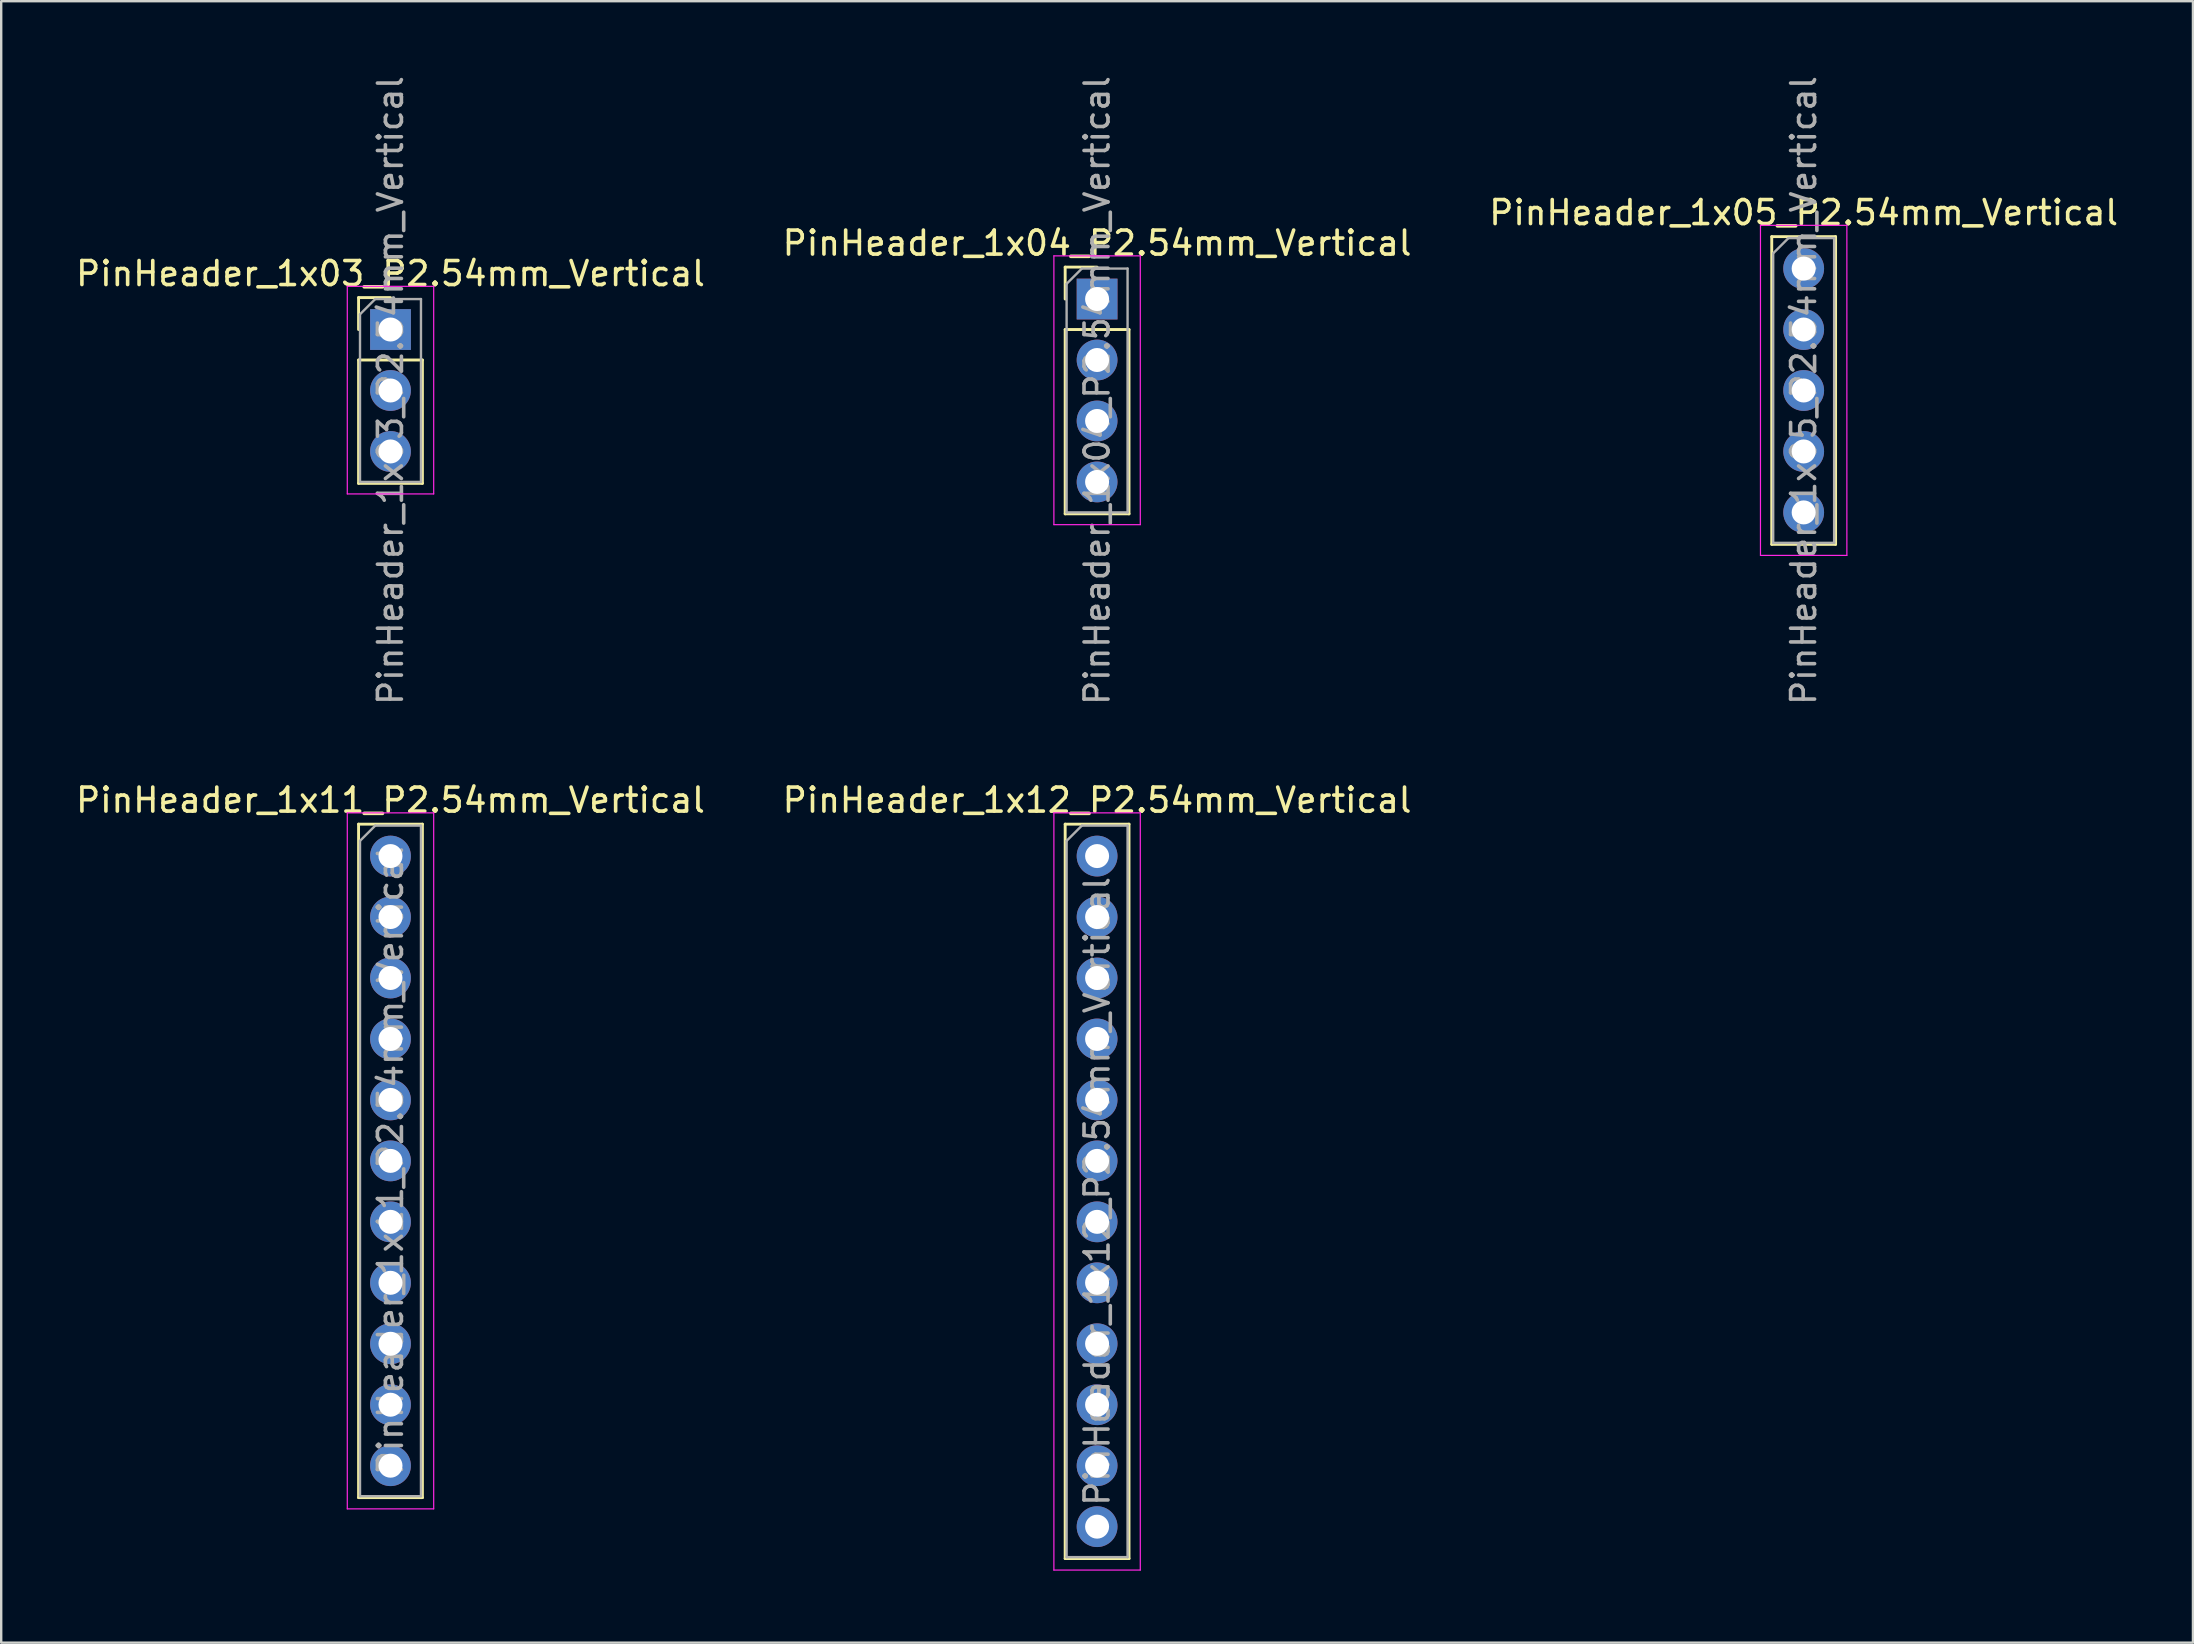
<source format=kicad_pcb>
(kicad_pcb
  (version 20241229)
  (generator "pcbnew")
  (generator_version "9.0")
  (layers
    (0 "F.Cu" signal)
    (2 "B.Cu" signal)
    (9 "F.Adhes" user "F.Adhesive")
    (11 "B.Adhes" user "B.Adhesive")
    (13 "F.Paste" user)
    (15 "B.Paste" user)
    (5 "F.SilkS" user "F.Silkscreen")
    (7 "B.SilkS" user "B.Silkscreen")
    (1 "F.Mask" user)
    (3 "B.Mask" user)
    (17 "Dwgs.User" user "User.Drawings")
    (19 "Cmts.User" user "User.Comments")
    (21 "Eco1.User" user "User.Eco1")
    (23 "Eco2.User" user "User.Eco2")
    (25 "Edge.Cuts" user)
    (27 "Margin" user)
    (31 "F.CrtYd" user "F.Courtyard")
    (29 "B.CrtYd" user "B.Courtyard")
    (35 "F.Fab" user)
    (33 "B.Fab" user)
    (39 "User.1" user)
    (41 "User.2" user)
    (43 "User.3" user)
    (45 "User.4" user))
  (footprint "PinHeader_1x11_P2.54mm_Vertical"
    (layer "F.Cu")
    (at 13.22 32.619)
    (property "Reference" "PinHeader_1x11_P2.54mm_Vertical" (at 0 -2.33 0) (layer "F.SilkS") (effects (font (size 1 1) (thickness 0.15))))
    (attr through_hole)
    (fp_line (start -1.33 -1.33) (end -1.33 26.73) (stroke (width 0.12) (type solid)) (layer "F.SilkS"))
    (fp_line (start -1.33 -1.33) (end 1.33 -1.33) (stroke (width 0.12) (type solid)) (layer "F.SilkS"))
    (fp_line (start -1.33 26.73) (end 1.33 26.73) (stroke (width 0.12) (type solid)) (layer "F.SilkS"))
    (fp_line (start 1.33 -1.33) (end 1.33 26.73) (stroke (width 0.12) (type solid)) (layer "F.SilkS"))
    (fp_line (start -1.8 -1.8) (end -1.8 27.2) (stroke (width 0.05) (type solid)) (layer "F.CrtYd"))
    (fp_line (start -1.8 27.2) (end 1.8 27.2) (stroke (width 0.05) (type solid)) (layer "F.CrtYd"))
    (fp_line (start 1.8 -1.8) (end -1.8 -1.8) (stroke (width 0.05) (type solid)) (layer "F.CrtYd"))
    (fp_line (start 1.8 27.2) (end 1.8 -1.8) (stroke (width 0.05) (type solid)) (layer "F.CrtYd"))
    (fp_line (start -1.27 -0.635) (end -0.635 -1.27) (stroke (width 0.1) (type solid)) (layer "F.Fab"))
    (fp_line (start -1.27 26.67) (end -1.27 -0.635) (stroke (width 0.1) (type solid)) (layer "F.Fab"))
    (fp_line (start -0.635 -1.27) (end 1.27 -1.27) (stroke (width 0.1) (type solid)) (layer "F.Fab"))
    (fp_line (start 1.27 -1.27) (end 1.27 26.67) (stroke (width 0.1) (type solid)) (layer "F.Fab"))
    (fp_line (start 1.27 26.67) (end -1.27 26.67) (stroke (width 0.1) (type solid)) (layer "F.Fab"))
    (fp_text user "${REFERENCE}" (at 0 12.7 90) (layer "F.Fab") (effects (font (size 1 1) (thickness 0.15))))
    (pad "1" thru_hole circle (at 0 0) (size 1.7 1.7) (drill 1) (layers "*.Cu" "*.Mask"))
    (pad "2" thru_hole oval (at 0 2.54) (size 1.7 1.7) (drill 1) (layers "*.Cu" "*.Mask"))
    (pad "3" thru_hole oval (at 0 5.08) (size 1.7 1.7) (drill 1) (layers "*.Cu" "*.Mask"))
    (pad "4" thru_hole oval (at 0 7.62) (size 1.7 1.7) (drill 1) (layers "*.Cu" "*.Mask"))
    (pad "5" thru_hole oval (at 0 10.16) (size 1.7 1.7) (drill 1) (layers "*.Cu" "*.Mask"))
    (pad "6" thru_hole oval (at 0 12.7) (size 1.7 1.7) (drill 1) (layers "*.Cu" "*.Mask"))
    (pad "7" thru_hole oval (at 0 15.24) (size 1.7 1.7) (drill 1) (layers "*.Cu" "*.Mask"))
    (pad "8" thru_hole oval (at 0 17.78) (size 1.7 1.7) (drill 1) (layers "*.Cu" "*.Mask"))
    (pad "9" thru_hole oval (at 0 20.32) (size 1.7 1.7) (drill 1) (layers "*.Cu" "*.Mask"))
    (pad "10" thru_hole oval (at 0 22.86) (size 1.7 1.7) (drill 1) (layers "*.Cu" "*.Mask"))
    (pad "11" thru_hole oval (at 0 25.4) (size 1.7 1.7) (drill 1) (layers "*.Cu" "*.Mask")))
  (footprint "PinHeader_1x12_P2.54mm_Vertical"
    (layer "F.Cu")
    (at 42.661 32.619)
    (property "Reference" "PinHeader_1x12_P2.54mm_Vertical" (at 0 -2.33 0) (layer "F.SilkS") (effects (font (size 1 1) (thickness 0.15))))
    (attr through_hole)
    (fp_line (start -1.33 -1.33) (end -1.33 29.27) (stroke (width 0.12) (type solid)) (layer "F.SilkS"))
    (fp_line (start -1.33 -1.33) (end 1.33 -1.33) (stroke (width 0.12) (type solid)) (layer "F.SilkS"))
    (fp_line (start -1.33 29.27) (end 1.33 29.27) (stroke (width 0.12) (type solid)) (layer "F.SilkS"))
    (fp_line (start 1.33 -1.33) (end 1.33 29.27) (stroke (width 0.12) (type solid)) (layer "F.SilkS"))
    (fp_line (start -1.8 -1.8) (end -1.8 29.75) (stroke (width 0.05) (type solid)) (layer "F.CrtYd"))
    (fp_line (start -1.8 29.75) (end 1.8 29.75) (stroke (width 0.05) (type solid)) (layer "F.CrtYd"))
    (fp_line (start 1.8 -1.8) (end -1.8 -1.8) (stroke (width 0.05) (type solid)) (layer "F.CrtYd"))
    (fp_line (start 1.8 29.75) (end 1.8 -1.8) (stroke (width 0.05) (type solid)) (layer "F.CrtYd"))
    (fp_line (start -1.27 -0.635) (end -0.635 -1.27) (stroke (width 0.1) (type solid)) (layer "F.Fab"))
    (fp_line (start -1.27 29.21) (end -1.27 -0.635) (stroke (width 0.1) (type solid)) (layer "F.Fab"))
    (fp_line (start -0.635 -1.27) (end 1.27 -1.27) (stroke (width 0.1) (type solid)) (layer "F.Fab"))
    (fp_line (start 1.27 -1.27) (end 1.27 29.21) (stroke (width 0.1) (type solid)) (layer "F.Fab"))
    (fp_line (start 1.27 29.21) (end -1.27 29.21) (stroke (width 0.1) (type solid)) (layer "F.Fab"))
    (fp_text user "${REFERENCE}" (at 0 13.97 270) (layer "F.Fab") (effects (font (size 1 1) (thickness 0.15))))
    (pad "1" thru_hole circle (at 0 0) (size 1.7 1.7) (drill 1) (layers "*.Cu" "*.Mask"))
    (pad "2" thru_hole oval (at 0 2.54) (size 1.7 1.7) (drill 1) (layers "*.Cu" "*.Mask"))
    (pad "3" thru_hole oval (at 0 5.08) (size 1.7 1.7) (drill 1) (layers "*.Cu" "*.Mask"))
    (pad "4" thru_hole oval (at 0 7.62) (size 1.7 1.7) (drill 1) (layers "*.Cu" "*.Mask"))
    (pad "5" thru_hole oval (at 0 10.16) (size 1.7 1.7) (drill 1) (layers "*.Cu" "*.Mask"))
    (pad "6" thru_hole oval (at 0 12.7) (size 1.7 1.7) (drill 1) (layers "*.Cu" "*.Mask"))
    (pad "7" thru_hole oval (at 0 15.24) (size 1.7 1.7) (drill 1) (layers "*.Cu" "*.Mask"))
    (pad "8" thru_hole oval (at 0 17.78) (size 1.7 1.7) (drill 1) (layers "*.Cu" "*.Mask"))
    (pad "9" thru_hole oval (at 0 20.32) (size 1.7 1.7) (drill 1) (layers "*.Cu" "*.Mask"))
    (pad "10" thru_hole oval (at 0 22.86) (size 1.7 1.7) (drill 1) (layers "*.Cu" "*.Mask"))
    (pad "11" thru_hole oval (at 0 25.4) (size 1.7 1.7) (drill 1) (layers "*.Cu" "*.Mask"))
    (pad "12" thru_hole oval (at 0 27.94) (size 1.7 1.7) (drill 1) (layers "*.Cu" "*.Mask")))
  (footprint "PinHeader_1x03_P2.54mm_Vertical"
    (layer "F.Cu")
    (at 13.22 10.68)
    (property "Reference" "PinHeader_1x03_P2.54mm_Vertical" (at 0 -2.33 180) (layer "F.SilkS") (effects (font (size 1 1) (thickness 0.15))))
    (attr through_hole)
    (fp_line (start -1.33 -1.33) (end 0 -1.33) (stroke (width 0.12) (type solid)) (layer "F.SilkS"))
    (fp_line (start -1.33 0) (end -1.33 -1.33) (stroke (width 0.12) (type solid)) (layer "F.SilkS"))
    (fp_line (start -1.33 1.27) (end -1.33 6.41) (stroke (width 0.12) (type solid)) (layer "F.SilkS"))
    (fp_line (start -1.33 1.27) (end 1.33 1.27) (stroke (width 0.12) (type solid)) (layer "F.SilkS"))
    (fp_line (start -1.33 6.41) (end 1.33 6.41) (stroke (width 0.12) (type solid)) (layer "F.SilkS"))
    (fp_line (start 1.33 1.27) (end 1.33 6.41) (stroke (width 0.12) (type solid)) (layer "F.SilkS"))
    (fp_line (start -1.8 -1.8) (end -1.8 6.85) (stroke (width 0.05) (type solid)) (layer "F.CrtYd"))
    (fp_line (start -1.8 6.85) (end 1.8 6.85) (stroke (width 0.05) (type solid)) (layer "F.CrtYd"))
    (fp_line (start 1.8 -1.8) (end -1.8 -1.8) (stroke (width 0.05) (type solid)) (layer "F.CrtYd"))
    (fp_line (start 1.8 6.85) (end 1.8 -1.8) (stroke (width 0.05) (type solid)) (layer "F.CrtYd"))
    (fp_line (start -1.27 -0.635) (end -0.635 -1.27) (stroke (width 0.1) (type solid)) (layer "F.Fab"))
    (fp_line (start -1.27 6.35) (end -1.27 -0.635) (stroke (width 0.1) (type solid)) (layer "F.Fab"))
    (fp_line (start -0.635 -1.27) (end 1.27 -1.27) (stroke (width 0.1) (type solid)) (layer "F.Fab"))
    (fp_line (start 1.27 -1.27) (end 1.27 6.35) (stroke (width 0.1) (type solid)) (layer "F.Fab"))
    (fp_line (start 1.27 6.35) (end -1.27 6.35) (stroke (width 0.1) (type solid)) (layer "F.Fab"))
    (fp_text user "${REFERENCE}" (at 0 2.54 90) (layer "F.Fab") (effects (font (size 1 1) (thickness 0.15))))
    (pad "1" thru_hole rect (at 0 0) (size 1.7 1.7) (drill 1) (layers "*.Cu" "*.Mask"))
    (pad "2" thru_hole oval (at 0 2.54) (size 1.7 1.7) (drill 1) (layers "*.Cu" "*.Mask"))
    (pad "3" thru_hole oval (at 0 5.08) (size 1.7 1.7) (drill 1) (layers "*.Cu" "*.Mask")))
  (footprint "PinHeader_1x05_P2.54mm_Vertical"
    (layer "F.Cu")
    (at 72.101 8.14)
    (property "Reference" "PinHeader_1x05_P2.54mm_Vertical" (at 0 -2.33 0) (layer "F.SilkS") (effects (font (size 1 1) (thickness 0.15))))
    (attr through_hole)
    (fp_line (start -1.33 -1.33) (end -1.33 11.49) (stroke (width 0.12) (type solid)) (layer "F.SilkS"))
    (fp_line (start -1.33 -1.33) (end 1.33 -1.33) (stroke (width 0.12) (type solid)) (layer "F.SilkS"))
    (fp_line (start -1.33 11.49) (end 1.33 11.49) (stroke (width 0.12) (type solid)) (layer "F.SilkS"))
    (fp_line (start 1.33 -1.33) (end 1.33 11.49) (stroke (width 0.12) (type solid)) (layer "F.SilkS"))
    (fp_line (start -1.8 -1.8) (end -1.8 11.95) (stroke (width 0.05) (type solid)) (layer "F.CrtYd"))
    (fp_line (start -1.8 11.95) (end 1.8 11.95) (stroke (width 0.05) (type solid)) (layer "F.CrtYd"))
    (fp_line (start 1.8 -1.8) (end -1.8 -1.8) (stroke (width 0.05) (type solid)) (layer "F.CrtYd"))
    (fp_line (start 1.8 11.95) (end 1.8 -1.8) (stroke (width 0.05) (type solid)) (layer "F.CrtYd"))
    (fp_line (start -1.27 -0.635) (end -0.635 -1.27) (stroke (width 0.1) (type solid)) (layer "F.Fab"))
    (fp_line (start -1.27 11.43) (end -1.27 -0.635) (stroke (width 0.1) (type solid)) (layer "F.Fab"))
    (fp_line (start -0.635 -1.27) (end 1.27 -1.27) (stroke (width 0.1) (type solid)) (layer "F.Fab"))
    (fp_line (start 1.27 -1.27) (end 1.27 11.43) (stroke (width 0.1) (type solid)) (layer "F.Fab"))
    (fp_line (start 1.27 11.43) (end -1.27 11.43) (stroke (width 0.1) (type solid)) (layer "F.Fab"))
    (fp_text user "${REFERENCE}" (at 0 5.08 270) (layer "F.Fab") (effects (font (size 1 1) (thickness 0.15))))
    (pad "1" thru_hole circle (at 0 0) (size 1.7 1.7) (drill 1) (layers "*.Cu" "*.Mask"))
    (pad "2" thru_hole oval (at 0 2.54) (size 1.7 1.7) (drill 1) (layers "*.Cu" "*.Mask"))
    (pad "3" thru_hole oval (at 0 5.08) (size 1.7 1.7) (drill 1) (layers "*.Cu" "*.Mask"))
    (pad "4" thru_hole oval (at 0 7.62) (size 1.7 1.7) (drill 1) (layers "*.Cu" "*.Mask"))
    (pad "5" thru_hole oval (at 0 10.16) (size 1.7 1.7) (drill 1) (layers "*.Cu" "*.Mask")))
  (footprint "PinHeader_1x04_P2.54mm_Vertical"
    (layer "F.Cu")
    (at 42.661 9.41)
    (property "Reference" "PinHeader_1x04_P2.54mm_Vertical" (at 0 -2.33 0) (layer "F.SilkS") (effects (font (size 1 1) (thickness 0.15))))
    (attr through_hole)
    (fp_line (start -1.33 -1.33) (end 0 -1.33) (stroke (width 0.12) (type solid)) (layer "F.SilkS"))
    (fp_line (start -1.33 0) (end -1.33 -1.33) (stroke (width 0.12) (type solid)) (layer "F.SilkS"))
    (fp_line (start -1.33 1.27) (end -1.33 8.95) (stroke (width 0.12) (type solid)) (layer "F.SilkS"))
    (fp_line (start -1.33 1.27) (end 1.33 1.27) (stroke (width 0.12) (type solid)) (layer "F.SilkS"))
    (fp_line (start -1.33 8.95) (end 1.33 8.95) (stroke (width 0.12) (type solid)) (layer "F.SilkS"))
    (fp_line (start 1.33 1.27) (end 1.33 8.95) (stroke (width 0.12) (type solid)) (layer "F.SilkS"))
    (fp_line (start -1.8 -1.8) (end -1.8 9.4) (stroke (width 0.05) (type solid)) (layer "F.CrtYd"))
    (fp_line (start -1.8 9.4) (end 1.8 9.4) (stroke (width 0.05) (type solid)) (layer "F.CrtYd"))
    (fp_line (start 1.8 -1.8) (end -1.8 -1.8) (stroke (width 0.05) (type solid)) (layer "F.CrtYd"))
    (fp_line (start 1.8 9.4) (end 1.8 -1.8) (stroke (width 0.05) (type solid)) (layer "F.CrtYd"))
    (fp_line (start -1.27 -0.635) (end -0.635 -1.27) (stroke (width 0.1) (type solid)) (layer "F.Fab"))
    (fp_line (start -1.27 8.89) (end -1.27 -0.635) (stroke (width 0.1) (type solid)) (layer "F.Fab"))
    (fp_line (start -0.635 -1.27) (end 1.27 -1.27) (stroke (width 0.1) (type solid)) (layer "F.Fab"))
    (fp_line (start 1.27 -1.27) (end 1.27 8.89) (stroke (width 0.1) (type solid)) (layer "F.Fab"))
    (fp_line (start 1.27 8.89) (end -1.27 8.89) (stroke (width 0.1) (type solid)) (layer "F.Fab"))
    (fp_text user "${REFERENCE}" (at 0 3.81 90) (layer "F.Fab") (effects (font (size 1 1) (thickness 0.15))))
    (pad "1" thru_hole rect (at 0 0) (size 1.7 1.7) (drill 1) (layers "*.Cu" "*.Mask"))
    (pad "2" thru_hole oval (at 0 2.54) (size 1.7 1.7) (drill 1) (layers "*.Cu" "*.Mask"))
    (pad "3" thru_hole oval (at 0 5.08) (size 1.7 1.7) (drill 1) (layers "*.Cu" "*.Mask"))
    (pad "4" thru_hole oval (at 0 7.62) (size 1.7 1.7) (drill 1) (layers "*.Cu" "*.Mask")))
  (gr_rect
    (start -3 -3)
    (end 88.321 65.394)
    (stroke (width 0.1) (type default))
    (fill no)
    (layer "Edge.Cuts")))
</source>
